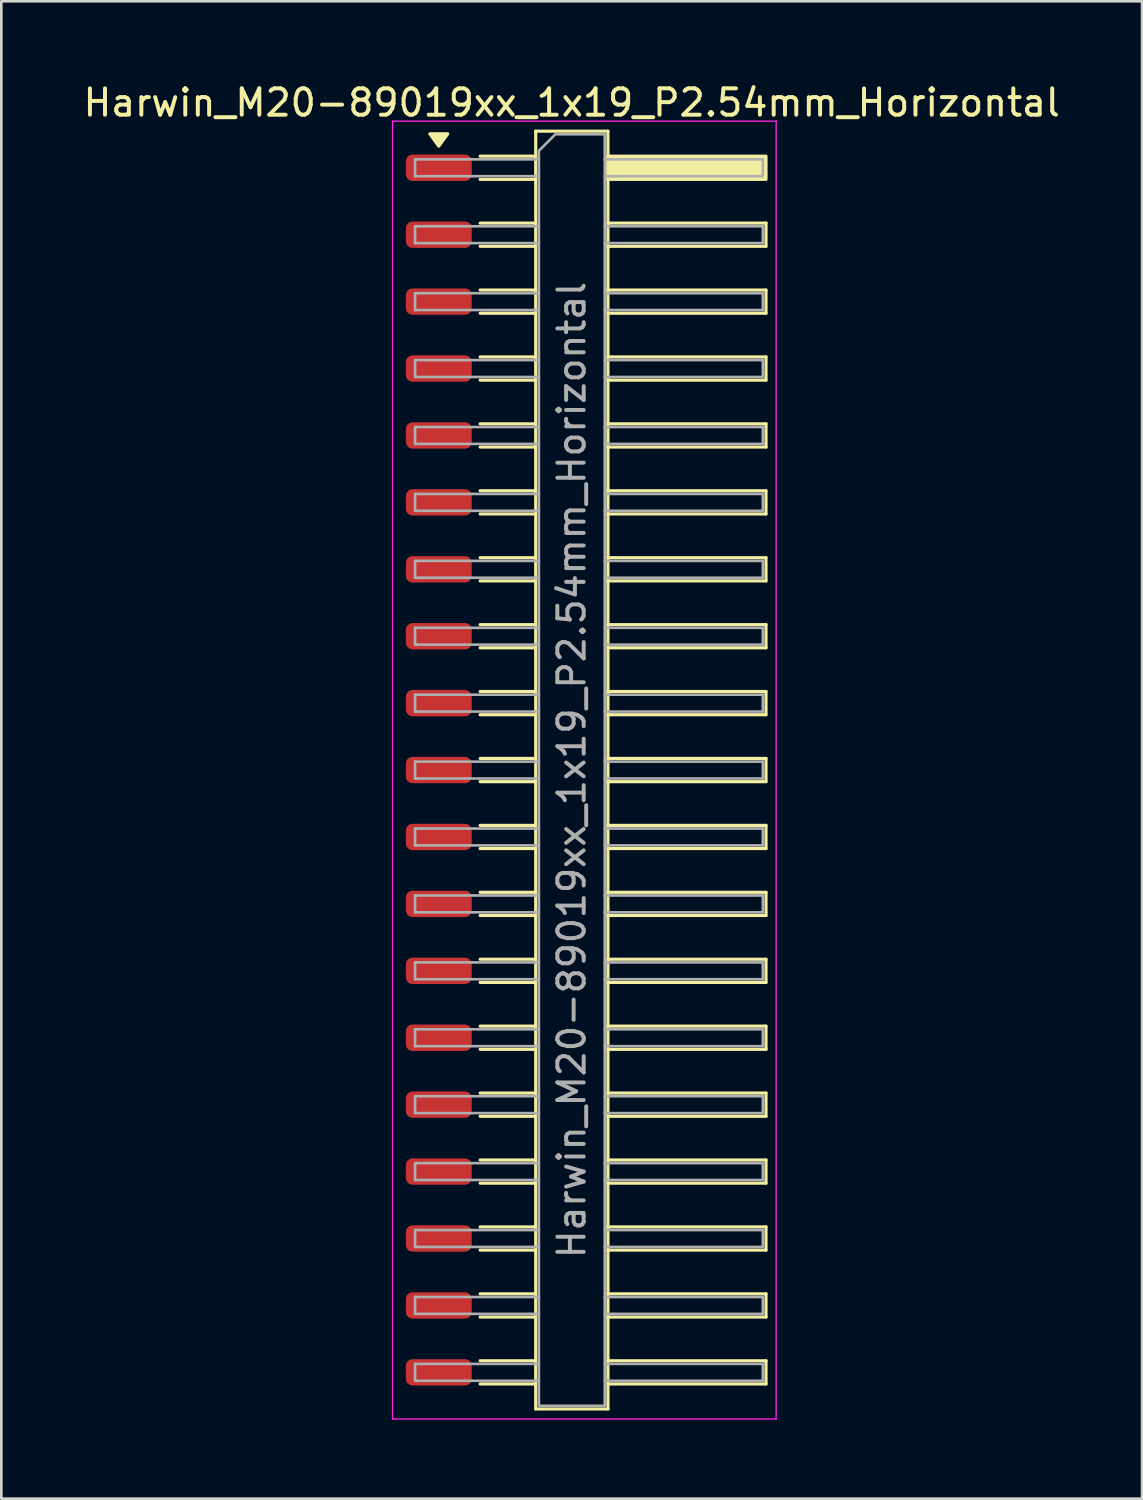
<source format=kicad_pcb>
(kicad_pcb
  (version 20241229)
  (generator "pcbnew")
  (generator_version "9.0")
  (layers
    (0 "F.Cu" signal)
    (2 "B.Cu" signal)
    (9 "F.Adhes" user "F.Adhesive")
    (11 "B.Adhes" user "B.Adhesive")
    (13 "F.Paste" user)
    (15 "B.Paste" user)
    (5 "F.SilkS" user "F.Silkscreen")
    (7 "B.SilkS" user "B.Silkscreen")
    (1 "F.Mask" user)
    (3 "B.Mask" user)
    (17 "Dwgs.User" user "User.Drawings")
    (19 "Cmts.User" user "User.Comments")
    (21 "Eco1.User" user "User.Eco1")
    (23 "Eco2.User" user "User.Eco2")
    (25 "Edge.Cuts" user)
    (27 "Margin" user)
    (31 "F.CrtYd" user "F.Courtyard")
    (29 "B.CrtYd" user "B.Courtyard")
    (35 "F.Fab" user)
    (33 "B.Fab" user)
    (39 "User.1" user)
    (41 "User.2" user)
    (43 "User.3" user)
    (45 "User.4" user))
  (footprint "Harwin_M20-89019xx_1x19_P2.54mm_Horizontal"
    (layer "F.Cu")
    (at 19.129 26.178)
    (property "Reference" "Harwin_M20-89019xx_1x19_P2.54mm_Horizontal" (at -0.48 -25.33 0) (layer "F.SilkS") (effects (font (size 1 1) (thickness 0.15))))
    (attr smd)
    (fp_line (start -3.955 -23.3) (end -1.845 -23.3) (stroke (width 0.12) (type solid)) (layer "F.SilkS"))
    (fp_line (start -3.955 -22.42) (end -1.845 -22.42) (stroke (width 0.12) (type solid)) (layer "F.SilkS"))
    (fp_line (start -3.955 -20.76) (end -1.845 -20.76) (stroke (width 0.12) (type solid)) (layer "F.SilkS"))
    (fp_line (start -3.955 -19.88) (end -1.845 -19.88) (stroke (width 0.12) (type solid)) (layer "F.SilkS"))
    (fp_line (start -3.955 -18.22) (end -1.845 -18.22) (stroke (width 0.12) (type solid)) (layer "F.SilkS"))
    (fp_line (start -3.955 -17.34) (end -1.845 -17.34) (stroke (width 0.12) (type solid)) (layer "F.SilkS"))
    (fp_line (start -3.955 -15.68) (end -1.845 -15.68) (stroke (width 0.12) (type solid)) (layer "F.SilkS"))
    (fp_line (start -3.955 -14.8) (end -1.845 -14.8) (stroke (width 0.12) (type solid)) (layer "F.SilkS"))
    (fp_line (start -3.955 -13.14) (end -1.845 -13.14) (stroke (width 0.12) (type solid)) (layer "F.SilkS"))
    (fp_line (start -3.955 -12.26) (end -1.845 -12.26) (stroke (width 0.12) (type solid)) (layer "F.SilkS"))
    (fp_line (start -3.955 -10.6) (end -1.845 -10.6) (stroke (width 0.12) (type solid)) (layer "F.SilkS"))
    (fp_line (start -3.955 -9.72) (end -1.845 -9.72) (stroke (width 0.12) (type solid)) (layer "F.SilkS"))
    (fp_line (start -3.955 -8.06) (end -1.845 -8.06) (stroke (width 0.12) (type solid)) (layer "F.SilkS"))
    (fp_line (start -3.955 -7.18) (end -1.845 -7.18) (stroke (width 0.12) (type solid)) (layer "F.SilkS"))
    (fp_line (start -3.955 -5.52) (end -1.845 -5.52) (stroke (width 0.12) (type solid)) (layer "F.SilkS"))
    (fp_line (start -3.955 -4.64) (end -1.845 -4.64) (stroke (width 0.12) (type solid)) (layer "F.SilkS"))
    (fp_line (start -3.955 -2.98) (end -1.845 -2.98) (stroke (width 0.12) (type solid)) (layer "F.SilkS"))
    (fp_line (start -3.955 -2.1) (end -1.845 -2.1) (stroke (width 0.12) (type solid)) (layer "F.SilkS"))
    (fp_line (start -3.955 -0.44) (end -1.845 -0.44) (stroke (width 0.12) (type solid)) (layer "F.SilkS"))
    (fp_line (start -3.955 0.44) (end -1.845 0.44) (stroke (width 0.12) (type solid)) (layer "F.SilkS"))
    (fp_line (start -3.955 2.1) (end -1.845 2.1) (stroke (width 0.12) (type solid)) (layer "F.SilkS"))
    (fp_line (start -3.955 2.98) (end -1.845 2.98) (stroke (width 0.12) (type solid)) (layer "F.SilkS"))
    (fp_line (start -3.955 4.64) (end -1.845 4.64) (stroke (width 0.12) (type solid)) (layer "F.SilkS"))
    (fp_line (start -3.955 5.52) (end -1.845 5.52) (stroke (width 0.12) (type solid)) (layer "F.SilkS"))
    (fp_line (start -3.955 7.18) (end -1.845 7.18) (stroke (width 0.12) (type solid)) (layer "F.SilkS"))
    (fp_line (start -3.955 8.06) (end -1.845 8.06) (stroke (width 0.12) (type solid)) (layer "F.SilkS"))
    (fp_line (start -3.955 9.72) (end -1.845 9.72) (stroke (width 0.12) (type solid)) (layer "F.SilkS"))
    (fp_line (start -3.955 10.6) (end -1.845 10.6) (stroke (width 0.12) (type solid)) (layer "F.SilkS"))
    (fp_line (start -3.955 12.26) (end -1.845 12.26) (stroke (width 0.12) (type solid)) (layer "F.SilkS"))
    (fp_line (start -3.955 13.14) (end -1.845 13.14) (stroke (width 0.12) (type solid)) (layer "F.SilkS"))
    (fp_line (start -3.955 14.8) (end -1.845 14.8) (stroke (width 0.12) (type solid)) (layer "F.SilkS"))
    (fp_line (start -3.955 15.68) (end -1.845 15.68) (stroke (width 0.12) (type solid)) (layer "F.SilkS"))
    (fp_line (start -3.955 17.34) (end -1.845 17.34) (stroke (width 0.12) (type solid)) (layer "F.SilkS"))
    (fp_line (start -3.955 18.22) (end -1.845 18.22) (stroke (width 0.12) (type solid)) (layer "F.SilkS"))
    (fp_line (start -3.955 19.88) (end -1.845 19.88) (stroke (width 0.12) (type solid)) (layer "F.SilkS"))
    (fp_line (start -3.955 20.76) (end -1.845 20.76) (stroke (width 0.12) (type solid)) (layer "F.SilkS"))
    (fp_line (start -3.955 22.42) (end -1.845 22.42) (stroke (width 0.12) (type solid)) (layer "F.SilkS"))
    (fp_line (start -3.955 23.3) (end -1.845 23.3) (stroke (width 0.12) (type solid)) (layer "F.SilkS"))
    (fp_line (start -1.845 -24.25) (end 0.895 -24.25) (stroke (width 0.12) (type solid)) (layer "F.SilkS"))
    (fp_line (start -1.845 24.25) (end -1.845 -24.25) (stroke (width 0.12) (type solid)) (layer "F.SilkS"))
    (fp_line (start 0.895 -24.25) (end 0.895 24.25) (stroke (width 0.12) (type solid)) (layer "F.SilkS"))
    (fp_line (start 0.895 -20.76) (end 6.895 -20.76) (stroke (width 0.12) (type solid)) (layer "F.SilkS"))
    (fp_line (start 0.895 -18.22) (end 6.895 -18.22) (stroke (width 0.12) (type solid)) (layer "F.SilkS"))
    (fp_line (start 0.895 -15.68) (end 6.895 -15.68) (stroke (width 0.12) (type solid)) (layer "F.SilkS"))
    (fp_line (start 0.895 -13.14) (end 6.895 -13.14) (stroke (width 0.12) (type solid)) (layer "F.SilkS"))
    (fp_line (start 0.895 -10.6) (end 6.895 -10.6) (stroke (width 0.12) (type solid)) (layer "F.SilkS"))
    (fp_line (start 0.895 -8.06) (end 6.895 -8.06) (stroke (width 0.12) (type solid)) (layer "F.SilkS"))
    (fp_line (start 0.895 -5.52) (end 6.895 -5.52) (stroke (width 0.12) (type solid)) (layer "F.SilkS"))
    (fp_line (start 0.895 -2.98) (end 6.895 -2.98) (stroke (width 0.12) (type solid)) (layer "F.SilkS"))
    (fp_line (start 0.895 -0.44) (end 6.895 -0.44) (stroke (width 0.12) (type solid)) (layer "F.SilkS"))
    (fp_line (start 0.895 2.1) (end 6.895 2.1) (stroke (width 0.12) (type solid)) (layer "F.SilkS"))
    (fp_line (start 0.895 4.64) (end 6.895 4.64) (stroke (width 0.12) (type solid)) (layer "F.SilkS"))
    (fp_line (start 0.895 7.18) (end 6.895 7.18) (stroke (width 0.12) (type solid)) (layer "F.SilkS"))
    (fp_line (start 0.895 9.72) (end 6.895 9.72) (stroke (width 0.12) (type solid)) (layer "F.SilkS"))
    (fp_line (start 0.895 12.26) (end 6.895 12.26) (stroke (width 0.12) (type solid)) (layer "F.SilkS"))
    (fp_line (start 0.895 14.8) (end 6.895 14.8) (stroke (width 0.12) (type solid)) (layer "F.SilkS"))
    (fp_line (start 0.895 17.34) (end 6.895 17.34) (stroke (width 0.12) (type solid)) (layer "F.SilkS"))
    (fp_line (start 0.895 19.88) (end 6.895 19.88) (stroke (width 0.12) (type solid)) (layer "F.SilkS"))
    (fp_line (start 0.895 22.42) (end 6.895 22.42) (stroke (width 0.12) (type solid)) (layer "F.SilkS"))
    (fp_line (start 0.895 24.25) (end -1.845 24.25) (stroke (width 0.12) (type solid)) (layer "F.SilkS"))
    (fp_line (start 6.895 -20.76) (end 6.895 -19.88) (stroke (width 0.12) (type solid)) (layer "F.SilkS"))
    (fp_line (start 6.895 -19.88) (end 0.895 -19.88) (stroke (width 0.12) (type solid)) (layer "F.SilkS"))
    (fp_line (start 6.895 -18.22) (end 6.895 -17.34) (stroke (width 0.12) (type solid)) (layer "F.SilkS"))
    (fp_line (start 6.895 -17.34) (end 0.895 -17.34) (stroke (width 0.12) (type solid)) (layer "F.SilkS"))
    (fp_line (start 6.895 -15.68) (end 6.895 -14.8) (stroke (width 0.12) (type solid)) (layer "F.SilkS"))
    (fp_line (start 6.895 -14.8) (end 0.895 -14.8) (stroke (width 0.12) (type solid)) (layer "F.SilkS"))
    (fp_line (start 6.895 -13.14) (end 6.895 -12.26) (stroke (width 0.12) (type solid)) (layer "F.SilkS"))
    (fp_line (start 6.895 -12.26) (end 0.895 -12.26) (stroke (width 0.12) (type solid)) (layer "F.SilkS"))
    (fp_line (start 6.895 -10.6) (end 6.895 -9.72) (stroke (width 0.12) (type solid)) (layer "F.SilkS"))
    (fp_line (start 6.895 -9.72) (end 0.895 -9.72) (stroke (width 0.12) (type solid)) (layer "F.SilkS"))
    (fp_line (start 6.895 -8.06) (end 6.895 -7.18) (stroke (width 0.12) (type solid)) (layer "F.SilkS"))
    (fp_line (start 6.895 -7.18) (end 0.895 -7.18) (stroke (width 0.12) (type solid)) (layer "F.SilkS"))
    (fp_line (start 6.895 -5.52) (end 6.895 -4.64) (stroke (width 0.12) (type solid)) (layer "F.SilkS"))
    (fp_line (start 6.895 -4.64) (end 0.895 -4.64) (stroke (width 0.12) (type solid)) (layer "F.SilkS"))
    (fp_line (start 6.895 -2.98) (end 6.895 -2.1) (stroke (width 0.12) (type solid)) (layer "F.SilkS"))
    (fp_line (start 6.895 -2.1) (end 0.895 -2.1) (stroke (width 0.12) (type solid)) (layer "F.SilkS"))
    (fp_line (start 6.895 -0.44) (end 6.895 0.44) (stroke (width 0.12) (type solid)) (layer "F.SilkS"))
    (fp_line (start 6.895 0.44) (end 0.895 0.44) (stroke (width 0.12) (type solid)) (layer "F.SilkS"))
    (fp_line (start 6.895 2.1) (end 6.895 2.98) (stroke (width 0.12) (type solid)) (layer "F.SilkS"))
    (fp_line (start 6.895 2.98) (end 0.895 2.98) (stroke (width 0.12) (type solid)) (layer "F.SilkS"))
    (fp_line (start 6.895 4.64) (end 6.895 5.52) (stroke (width 0.12) (type solid)) (layer "F.SilkS"))
    (fp_line (start 6.895 5.52) (end 0.895 5.52) (stroke (width 0.12) (type solid)) (layer "F.SilkS"))
    (fp_line (start 6.895 7.18) (end 6.895 8.06) (stroke (width 0.12) (type solid)) (layer "F.SilkS"))
    (fp_line (start 6.895 8.06) (end 0.895 8.06) (stroke (width 0.12) (type solid)) (layer "F.SilkS"))
    (fp_line (start 6.895 9.72) (end 6.895 10.6) (stroke (width 0.12) (type solid)) (layer "F.SilkS"))
    (fp_line (start 6.895 10.6) (end 0.895 10.6) (stroke (width 0.12) (type solid)) (layer "F.SilkS"))
    (fp_line (start 6.895 12.26) (end 6.895 13.14) (stroke (width 0.12) (type solid)) (layer "F.SilkS"))
    (fp_line (start 6.895 13.14) (end 0.895 13.14) (stroke (width 0.12) (type solid)) (layer "F.SilkS"))
    (fp_line (start 6.895 14.8) (end 6.895 15.68) (stroke (width 0.12) (type solid)) (layer "F.SilkS"))
    (fp_line (start 6.895 15.68) (end 0.895 15.68) (stroke (width 0.12) (type solid)) (layer "F.SilkS"))
    (fp_line (start 6.895 17.34) (end 6.895 18.22) (stroke (width 0.12) (type solid)) (layer "F.SilkS"))
    (fp_line (start 6.895 18.22) (end 0.895 18.22) (stroke (width 0.12) (type solid)) (layer "F.SilkS"))
    (fp_line (start 6.895 19.88) (end 6.895 20.76) (stroke (width 0.12) (type solid)) (layer "F.SilkS"))
    (fp_line (start 6.895 20.76) (end 0.895 20.76) (stroke (width 0.12) (type solid)) (layer "F.SilkS"))
    (fp_line (start 6.895 22.42) (end 6.895 23.3) (stroke (width 0.12) (type solid)) (layer "F.SilkS"))
    (fp_line (start 6.895 23.3) (end 0.895 23.3) (stroke (width 0.12) (type solid)) (layer "F.SilkS"))
    (fp_rect (start 0.895 -23.3) (end 6.895 -22.42) (stroke (width 0.12) (type solid)) (fill yes) (layer "F.SilkS"))
    (fp_poly (pts (xy -5.525 -23.68) (xy -5.865 -24.15) (xy -5.185 -24.15)) (stroke (width 0.12) (type solid)) (fill yes) (layer "F.SilkS"))
    (fp_line (start -7.28 -24.63) (end 7.28 -24.63) (stroke (width 0.05) (type solid)) (layer "F.CrtYd"))
    (fp_line (start -7.28 24.63) (end -7.28 -24.63) (stroke (width 0.05) (type solid)) (layer "F.CrtYd"))
    (fp_line (start 7.28 -24.63) (end 7.28 24.63) (stroke (width 0.05) (type solid)) (layer "F.CrtYd"))
    (fp_line (start 7.28 24.63) (end -7.28 24.63) (stroke (width 0.05) (type solid)) (layer "F.CrtYd"))
    (fp_line (start -6.425 -23.18) (end -6.425 -22.54) (stroke (width 0.1) (type solid)) (layer "F.Fab"))
    (fp_line (start -6.425 -22.54) (end -1.725 -22.54) (stroke (width 0.1) (type solid)) (layer "F.Fab"))
    (fp_line (start -6.425 -20.64) (end -6.425 -20) (stroke (width 0.1) (type solid)) (layer "F.Fab"))
    (fp_line (start -6.425 -20) (end -1.725 -20) (stroke (width 0.1) (type solid)) (layer "F.Fab"))
    (fp_line (start -6.425 -18.1) (end -6.425 -17.46) (stroke (width 0.1) (type solid)) (layer "F.Fab"))
    (fp_line (start -6.425 -17.46) (end -1.725 -17.46) (stroke (width 0.1) (type solid)) (layer "F.Fab"))
    (fp_line (start -6.425 -15.56) (end -6.425 -14.92) (stroke (width 0.1) (type solid)) (layer "F.Fab"))
    (fp_line (start -6.425 -14.92) (end -1.725 -14.92) (stroke (width 0.1) (type solid)) (layer "F.Fab"))
    (fp_line (start -6.425 -13.02) (end -6.425 -12.38) (stroke (width 0.1) (type solid)) (layer "F.Fab"))
    (fp_line (start -6.425 -12.38) (end -1.725 -12.38) (stroke (width 0.1) (type solid)) (layer "F.Fab"))
    (fp_line (start -6.425 -10.48) (end -6.425 -9.84) (stroke (width 0.1) (type solid)) (layer "F.Fab"))
    (fp_line (start -6.425 -9.84) (end -1.725 -9.84) (stroke (width 0.1) (type solid)) (layer "F.Fab"))
    (fp_line (start -6.425 -7.94) (end -6.425 -7.3) (stroke (width 0.1) (type solid)) (layer "F.Fab"))
    (fp_line (start -6.425 -7.3) (end -1.725 -7.3) (stroke (width 0.1) (type solid)) (layer "F.Fab"))
    (fp_line (start -6.425 -5.4) (end -6.425 -4.76) (stroke (width 0.1) (type solid)) (layer "F.Fab"))
    (fp_line (start -6.425 -4.76) (end -1.725 -4.76) (stroke (width 0.1) (type solid)) (layer "F.Fab"))
    (fp_line (start -6.425 -2.86) (end -6.425 -2.22) (stroke (width 0.1) (type solid)) (layer "F.Fab"))
    (fp_line (start -6.425 -2.22) (end -1.725 -2.22) (stroke (width 0.1) (type solid)) (layer "F.Fab"))
    (fp_line (start -6.425 -0.32) (end -6.425 0.32) (stroke (width 0.1) (type solid)) (layer "F.Fab"))
    (fp_line (start -6.425 0.32) (end -1.725 0.32) (stroke (width 0.1) (type solid)) (layer "F.Fab"))
    (fp_line (start -6.425 2.22) (end -6.425 2.86) (stroke (width 0.1) (type solid)) (layer "F.Fab"))
    (fp_line (start -6.425 2.86) (end -1.725 2.86) (stroke (width 0.1) (type solid)) (layer "F.Fab"))
    (fp_line (start -6.425 4.76) (end -6.425 5.4) (stroke (width 0.1) (type solid)) (layer "F.Fab"))
    (fp_line (start -6.425 5.4) (end -1.725 5.4) (stroke (width 0.1) (type solid)) (layer "F.Fab"))
    (fp_line (start -6.425 7.3) (end -6.425 7.94) (stroke (width 0.1) (type solid)) (layer "F.Fab"))
    (fp_line (start -6.425 7.94) (end -1.725 7.94) (stroke (width 0.1) (type solid)) (layer "F.Fab"))
    (fp_line (start -6.425 9.84) (end -6.425 10.48) (stroke (width 0.1) (type solid)) (layer "F.Fab"))
    (fp_line (start -6.425 10.48) (end -1.725 10.48) (stroke (width 0.1) (type solid)) (layer "F.Fab"))
    (fp_line (start -6.425 12.38) (end -6.425 13.02) (stroke (width 0.1) (type solid)) (layer "F.Fab"))
    (fp_line (start -6.425 13.02) (end -1.725 13.02) (stroke (width 0.1) (type solid)) (layer "F.Fab"))
    (fp_line (start -6.425 14.92) (end -6.425 15.56) (stroke (width 0.1) (type solid)) (layer "F.Fab"))
    (fp_line (start -6.425 15.56) (end -1.725 15.56) (stroke (width 0.1) (type solid)) (layer "F.Fab"))
    (fp_line (start -6.425 17.46) (end -6.425 18.1) (stroke (width 0.1) (type solid)) (layer "F.Fab"))
    (fp_line (start -6.425 18.1) (end -1.725 18.1) (stroke (width 0.1) (type solid)) (layer "F.Fab"))
    (fp_line (start -6.425 20) (end -6.425 20.64) (stroke (width 0.1) (type solid)) (layer "F.Fab"))
    (fp_line (start -6.425 20.64) (end -1.725 20.64) (stroke (width 0.1) (type solid)) (layer "F.Fab"))
    (fp_line (start -6.425 22.54) (end -6.425 23.18) (stroke (width 0.1) (type solid)) (layer "F.Fab"))
    (fp_line (start -6.425 23.18) (end -1.725 23.18) (stroke (width 0.1) (type solid)) (layer "F.Fab"))
    (fp_line (start -1.725 -23.18) (end -6.425 -23.18) (stroke (width 0.1) (type solid)) (layer "F.Fab"))
    (fp_line (start -1.725 -20.64) (end -6.425 -20.64) (stroke (width 0.1) (type solid)) (layer "F.Fab"))
    (fp_line (start -1.725 -18.1) (end -6.425 -18.1) (stroke (width 0.1) (type solid)) (layer "F.Fab"))
    (fp_line (start -1.725 -15.56) (end -6.425 -15.56) (stroke (width 0.1) (type solid)) (layer "F.Fab"))
    (fp_line (start -1.725 -13.02) (end -6.425 -13.02) (stroke (width 0.1) (type solid)) (layer "F.Fab"))
    (fp_line (start -1.725 -10.48) (end -6.425 -10.48) (stroke (width 0.1) (type solid)) (layer "F.Fab"))
    (fp_line (start -1.725 -7.94) (end -6.425 -7.94) (stroke (width 0.1) (type solid)) (layer "F.Fab"))
    (fp_line (start -1.725 -5.4) (end -6.425 -5.4) (stroke (width 0.1) (type solid)) (layer "F.Fab"))
    (fp_line (start -1.725 -2.86) (end -6.425 -2.86) (stroke (width 0.1) (type solid)) (layer "F.Fab"))
    (fp_line (start -1.725 -0.32) (end -6.425 -0.32) (stroke (width 0.1) (type solid)) (layer "F.Fab"))
    (fp_line (start -1.725 2.22) (end -6.425 2.22) (stroke (width 0.1) (type solid)) (layer "F.Fab"))
    (fp_line (start -1.725 4.76) (end -6.425 4.76) (stroke (width 0.1) (type solid)) (layer "F.Fab"))
    (fp_line (start -1.725 7.3) (end -6.425 7.3) (stroke (width 0.1) (type solid)) (layer "F.Fab"))
    (fp_line (start -1.725 9.84) (end -6.425 9.84) (stroke (width 0.1) (type solid)) (layer "F.Fab"))
    (fp_line (start -1.725 12.38) (end -6.425 12.38) (stroke (width 0.1) (type solid)) (layer "F.Fab"))
    (fp_line (start -1.725 14.92) (end -6.425 14.92) (stroke (width 0.1) (type solid)) (layer "F.Fab"))
    (fp_line (start -1.725 17.46) (end -6.425 17.46) (stroke (width 0.1) (type solid)) (layer "F.Fab"))
    (fp_line (start -1.725 20) (end -6.425 20) (stroke (width 0.1) (type solid)) (layer "F.Fab"))
    (fp_line (start -1.725 22.54) (end -6.425 22.54) (stroke (width 0.1) (type solid)) (layer "F.Fab"))
    (fp_line (start 0.775 -23.18) (end 6.775 -23.18) (stroke (width 0.1) (type solid)) (layer "F.Fab"))
    (fp_line (start 0.775 -20.64) (end 6.775 -20.64) (stroke (width 0.1) (type solid)) (layer "F.Fab"))
    (fp_line (start 0.775 -18.1) (end 6.775 -18.1) (stroke (width 0.1) (type solid)) (layer "F.Fab"))
    (fp_line (start 0.775 -15.56) (end 6.775 -15.56) (stroke (width 0.1) (type solid)) (layer "F.Fab"))
    (fp_line (start 0.775 -13.02) (end 6.775 -13.02) (stroke (width 0.1) (type solid)) (layer "F.Fab"))
    (fp_line (start 0.775 -10.48) (end 6.775 -10.48) (stroke (width 0.1) (type solid)) (layer "F.Fab"))
    (fp_line (start 0.775 -7.94) (end 6.775 -7.94) (stroke (width 0.1) (type solid)) (layer "F.Fab"))
    (fp_line (start 0.775 -5.4) (end 6.775 -5.4) (stroke (width 0.1) (type solid)) (layer "F.Fab"))
    (fp_line (start 0.775 -2.86) (end 6.775 -2.86) (stroke (width 0.1) (type solid)) (layer "F.Fab"))
    (fp_line (start 0.775 -0.32) (end 6.775 -0.32) (stroke (width 0.1) (type solid)) (layer "F.Fab"))
    (fp_line (start 0.775 2.22) (end 6.775 2.22) (stroke (width 0.1) (type solid)) (layer "F.Fab"))
    (fp_line (start 0.775 4.76) (end 6.775 4.76) (stroke (width 0.1) (type solid)) (layer "F.Fab"))
    (fp_line (start 0.775 7.3) (end 6.775 7.3) (stroke (width 0.1) (type solid)) (layer "F.Fab"))
    (fp_line (start 0.775 9.84) (end 6.775 9.84) (stroke (width 0.1) (type solid)) (layer "F.Fab"))
    (fp_line (start 0.775 12.38) (end 6.775 12.38) (stroke (width 0.1) (type solid)) (layer "F.Fab"))
    (fp_line (start 0.775 14.92) (end 6.775 14.92) (stroke (width 0.1) (type solid)) (layer "F.Fab"))
    (fp_line (start 0.775 17.46) (end 6.775 17.46) (stroke (width 0.1) (type solid)) (layer "F.Fab"))
    (fp_line (start 0.775 20) (end 6.775 20) (stroke (width 0.1) (type solid)) (layer "F.Fab"))
    (fp_line (start 0.775 22.54) (end 6.775 22.54) (stroke (width 0.1) (type solid)) (layer "F.Fab"))
    (fp_line (start 6.775 -23.18) (end 6.775 -22.54) (stroke (width 0.1) (type solid)) (layer "F.Fab"))
    (fp_line (start 6.775 -22.54) (end 0.775 -22.54) (stroke (width 0.1) (type solid)) (layer "F.Fab"))
    (fp_line (start 6.775 -20.64) (end 6.775 -20) (stroke (width 0.1) (type solid)) (layer "F.Fab"))
    (fp_line (start 6.775 -20) (end 0.775 -20) (stroke (width 0.1) (type solid)) (layer "F.Fab"))
    (fp_line (start 6.775 -18.1) (end 6.775 -17.46) (stroke (width 0.1) (type solid)) (layer "F.Fab"))
    (fp_line (start 6.775 -17.46) (end 0.775 -17.46) (stroke (width 0.1) (type solid)) (layer "F.Fab"))
    (fp_line (start 6.775 -15.56) (end 6.775 -14.92) (stroke (width 0.1) (type solid)) (layer "F.Fab"))
    (fp_line (start 6.775 -14.92) (end 0.775 -14.92) (stroke (width 0.1) (type solid)) (layer "F.Fab"))
    (fp_line (start 6.775 -13.02) (end 6.775 -12.38) (stroke (width 0.1) (type solid)) (layer "F.Fab"))
    (fp_line (start 6.775 -12.38) (end 0.775 -12.38) (stroke (width 0.1) (type solid)) (layer "F.Fab"))
    (fp_line (start 6.775 -10.48) (end 6.775 -9.84) (stroke (width 0.1) (type solid)) (layer "F.Fab"))
    (fp_line (start 6.775 -9.84) (end 0.775 -9.84) (stroke (width 0.1) (type solid)) (layer "F.Fab"))
    (fp_line (start 6.775 -7.94) (end 6.775 -7.3) (stroke (width 0.1) (type solid)) (layer "F.Fab"))
    (fp_line (start 6.775 -7.3) (end 0.775 -7.3) (stroke (width 0.1) (type solid)) (layer "F.Fab"))
    (fp_line (start 6.775 -5.4) (end 6.775 -4.76) (stroke (width 0.1) (type solid)) (layer "F.Fab"))
    (fp_line (start 6.775 -4.76) (end 0.775 -4.76) (stroke (width 0.1) (type solid)) (layer "F.Fab"))
    (fp_line (start 6.775 -2.86) (end 6.775 -2.22) (stroke (width 0.1) (type solid)) (layer "F.Fab"))
    (fp_line (start 6.775 -2.22) (end 0.775 -2.22) (stroke (width 0.1) (type solid)) (layer "F.Fab"))
    (fp_line (start 6.775 -0.32) (end 6.775 0.32) (stroke (width 0.1) (type solid)) (layer "F.Fab"))
    (fp_line (start 6.775 0.32) (end 0.775 0.32) (stroke (width 0.1) (type solid)) (layer "F.Fab"))
    (fp_line (start 6.775 2.22) (end 6.775 2.86) (stroke (width 0.1) (type solid)) (layer "F.Fab"))
    (fp_line (start 6.775 2.86) (end 0.775 2.86) (stroke (width 0.1) (type solid)) (layer "F.Fab"))
    (fp_line (start 6.775 4.76) (end 6.775 5.4) (stroke (width 0.1) (type solid)) (layer "F.Fab"))
    (fp_line (start 6.775 5.4) (end 0.775 5.4) (stroke (width 0.1) (type solid)) (layer "F.Fab"))
    (fp_line (start 6.775 7.3) (end 6.775 7.94) (stroke (width 0.1) (type solid)) (layer "F.Fab"))
    (fp_line (start 6.775 7.94) (end 0.775 7.94) (stroke (width 0.1) (type solid)) (layer "F.Fab"))
    (fp_line (start 6.775 9.84) (end 6.775 10.48) (stroke (width 0.1) (type solid)) (layer "F.Fab"))
    (fp_line (start 6.775 10.48) (end 0.775 10.48) (stroke (width 0.1) (type solid)) (layer "F.Fab"))
    (fp_line (start 6.775 12.38) (end 6.775 13.02) (stroke (width 0.1) (type solid)) (layer "F.Fab"))
    (fp_line (start 6.775 13.02) (end 0.775 13.02) (stroke (width 0.1) (type solid)) (layer "F.Fab"))
    (fp_line (start 6.775 14.92) (end 6.775 15.56) (stroke (width 0.1) (type solid)) (layer "F.Fab"))
    (fp_line (start 6.775 15.56) (end 0.775 15.56) (stroke (width 0.1) (type solid)) (layer "F.Fab"))
    (fp_line (start 6.775 17.46) (end 6.775 18.1) (stroke (width 0.1) (type solid)) (layer "F.Fab"))
    (fp_line (start 6.775 18.1) (end 0.775 18.1) (stroke (width 0.1) (type solid)) (layer "F.Fab"))
    (fp_line (start 6.775 20) (end 6.775 20.64) (stroke (width 0.1) (type solid)) (layer "F.Fab"))
    (fp_line (start 6.775 20.64) (end 0.775 20.64) (stroke (width 0.1) (type solid)) (layer "F.Fab"))
    (fp_line (start 6.775 22.54) (end 6.775 23.18) (stroke (width 0.1) (type solid)) (layer "F.Fab"))
    (fp_line (start 6.775 23.18) (end 0.775 23.18) (stroke (width 0.1) (type solid)) (layer "F.Fab"))
    (fp_poly (pts (xy -1.725 -23.505) (xy -1.725 24.13) (xy 0.775 24.13) (xy 0.775 -24.13) (xy -1.1 -24.13)) (stroke (width 0.1) (type solid)) (fill no) (layer "F.Fab"))
    (fp_text user "${REFERENCE}" (at -0.48 0 90) (layer "F.Fab") (effects (font (size 1 1) (thickness 0.15))))
    (pad "1" smd roundrect (at -5.525 -22.86) (size 2.5 1) (layers "F.Cu" "F.Mask" "F.Paste") (roundrect_rratio 0.25))
    (pad "2" smd roundrect (at -5.525 -20.32) (size 2.5 1) (layers "F.Cu" "F.Mask" "F.Paste") (roundrect_rratio 0.25))
    (pad "3" smd roundrect (at -5.525 -17.78) (size 2.5 1) (layers "F.Cu" "F.Mask" "F.Paste") (roundrect_rratio 0.25))
    (pad "4" smd roundrect (at -5.525 -15.24) (size 2.5 1) (layers "F.Cu" "F.Mask" "F.Paste") (roundrect_rratio 0.25))
    (pad "5" smd roundrect (at -5.525 -12.7) (size 2.5 1) (layers "F.Cu" "F.Mask" "F.Paste") (roundrect_rratio 0.25))
    (pad "6" smd roundrect (at -5.525 -10.16) (size 2.5 1) (layers "F.Cu" "F.Mask" "F.Paste") (roundrect_rratio 0.25))
    (pad "7" smd roundrect (at -5.525 -7.62) (size 2.5 1) (layers "F.Cu" "F.Mask" "F.Paste") (roundrect_rratio 0.25))
    (pad "8" smd roundrect (at -5.525 -5.08) (size 2.5 1) (layers "F.Cu" "F.Mask" "F.Paste") (roundrect_rratio 0.25))
    (pad "9" smd roundrect (at -5.525 -2.54) (size 2.5 1) (layers "F.Cu" "F.Mask" "F.Paste") (roundrect_rratio 0.25))
    (pad "10" smd roundrect (at -5.525 0) (size 2.5 1) (layers "F.Cu" "F.Mask" "F.Paste") (roundrect_rratio 0.25))
    (pad "11" smd roundrect (at -5.525 2.54) (size 2.5 1) (layers "F.Cu" "F.Mask" "F.Paste") (roundrect_rratio 0.25))
    (pad "12" smd roundrect (at -5.525 5.08) (size 2.5 1) (layers "F.Cu" "F.Mask" "F.Paste") (roundrect_rratio 0.25))
    (pad "13" smd roundrect (at -5.525 7.62) (size 2.5 1) (layers "F.Cu" "F.Mask" "F.Paste") (roundrect_rratio 0.25))
    (pad "14" smd roundrect (at -5.525 10.16) (size 2.5 1) (layers "F.Cu" "F.Mask" "F.Paste") (roundrect_rratio 0.25))
    (pad "15" smd roundrect (at -5.525 12.7) (size 2.5 1) (layers "F.Cu" "F.Mask" "F.Paste") (roundrect_rratio 0.25))
    (pad "16" smd roundrect (at -5.525 15.24) (size 2.5 1) (layers "F.Cu" "F.Mask" "F.Paste") (roundrect_rratio 0.25))
    (pad "17" smd roundrect (at -5.525 17.78) (size 2.5 1) (layers "F.Cu" "F.Mask" "F.Paste") (roundrect_rratio 0.25))
    (pad "18" smd roundrect (at -5.525 20.32) (size 2.5 1) (layers "F.Cu" "F.Mask" "F.Paste") (roundrect_rratio 0.25))
    (pad "19" smd roundrect (at -5.525 22.86) (size 2.5 1) (layers "F.Cu" "F.Mask" "F.Paste") (roundrect_rratio 0.25)))
  (gr_rect
    (start -3 -3)
    (end 40.298 53.833)
    (stroke (width 0.1) (type default))
    (fill no)
    (layer "Edge.Cuts")))
</source>
